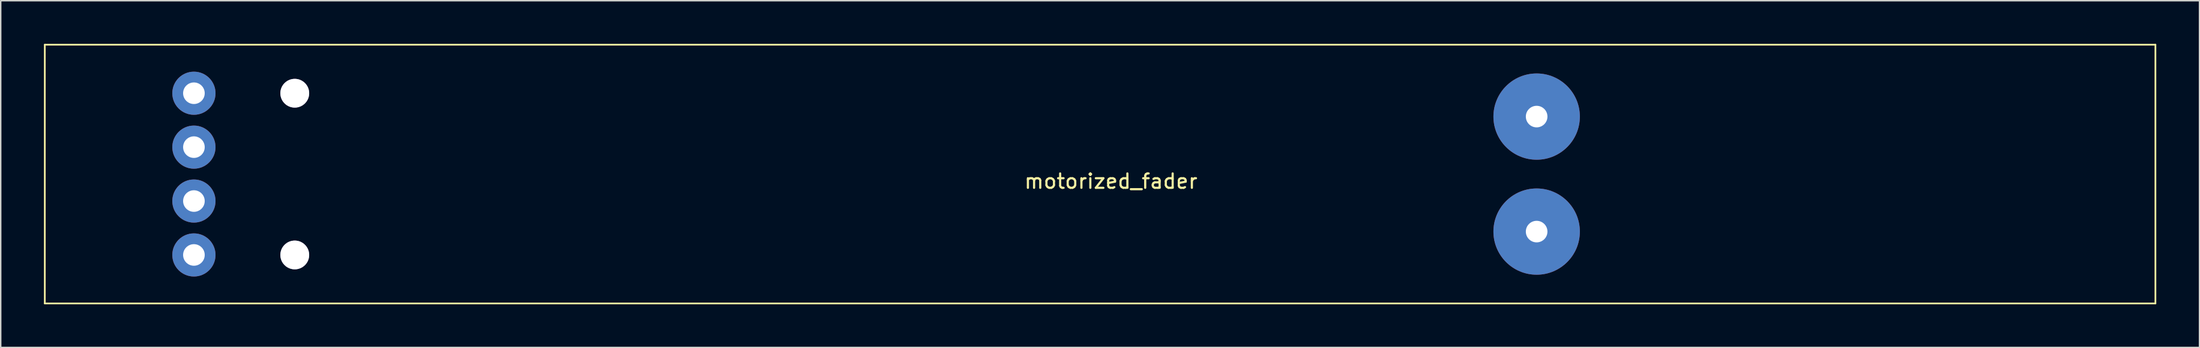
<source format=kicad_pcb>
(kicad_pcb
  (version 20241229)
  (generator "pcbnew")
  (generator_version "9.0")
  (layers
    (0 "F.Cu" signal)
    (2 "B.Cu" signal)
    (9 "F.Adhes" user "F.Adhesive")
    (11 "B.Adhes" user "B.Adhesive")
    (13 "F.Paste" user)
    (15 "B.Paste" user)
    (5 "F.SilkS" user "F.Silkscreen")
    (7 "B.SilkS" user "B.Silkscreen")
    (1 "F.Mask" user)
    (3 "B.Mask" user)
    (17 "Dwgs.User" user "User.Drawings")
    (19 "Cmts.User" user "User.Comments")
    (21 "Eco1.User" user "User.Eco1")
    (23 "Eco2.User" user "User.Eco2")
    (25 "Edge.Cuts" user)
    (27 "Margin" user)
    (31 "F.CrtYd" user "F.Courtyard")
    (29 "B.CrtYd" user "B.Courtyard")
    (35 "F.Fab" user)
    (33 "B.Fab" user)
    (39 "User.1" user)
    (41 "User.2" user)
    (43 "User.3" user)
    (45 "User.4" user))
  (footprint "motorized_fader"
    (layer "F.Cu")
    (at 74.06 9.06)
    (property "Reference" "motorized_fader" (at 0 0.5 0) (layer "F.SilkS") (effects (font (size 1 1) (thickness 0.15))))
    (attr through_hole)
    (fp_line (start -74 -9) (end -74 9) (stroke (width 0.12) (type solid)) (layer "F.SilkS"))
    (fp_line (start -74 9) (end 72.5 9) (stroke (width 0.12) (type solid)) (layer "F.SilkS"))
    (fp_line (start 72.5 -9) (end -74 -9) (stroke (width 0.12) (type solid)) (layer "F.SilkS"))
    (fp_line (start 72.5 9) (end 72.5 -9) (stroke (width 0.12) (type solid)) (layer "F.SilkS"))
    (pad "1" thru_hole circle (at -63.65 -5.625) (size 3 3) (drill 1.5) (layers "*.Cu" "*.Mask"))
    (pad "2" thru_hole circle (at -63.65 5.625) (size 3 3) (drill 1.5) (layers "*.Cu" "*.Mask"))
    (pad "3" thru_hole circle (at -63.65 1.875) (size 3 3) (drill 1.5) (layers "*.Cu" "*.Mask"))
    (pad "4" thru_hole circle (at -56.65 -5.625) (size 2 2) (drill 2) (layers "*.Cu" "*.Mask"))
    (pad "5" thru_hole circle (at -56.65 5.625) (size 2 2) (drill 2) (layers "*.Cu" "*.Mask"))
    (pad "6" thru_hole circle (at 29.55 -4) (size 6 6) (drill 1.5) (layers "*.Cu" "*.Mask"))
    (pad "7" thru_hole circle (at 29.55 4) (size 6 6) (drill 1.5) (layers "*.Cu" "*.Mask"))
    (pad "8" thru_hole circle (at -63.65 -1.875) (size 3 3) (drill 1.5) (layers "*.Cu" "*.Mask")))
  (gr_rect
    (start -3 -3)
    (end 149.62 21.12)
    (stroke (width 0.1) (type default))
    (fill no)
    (layer "Edge.Cuts")))
</source>
